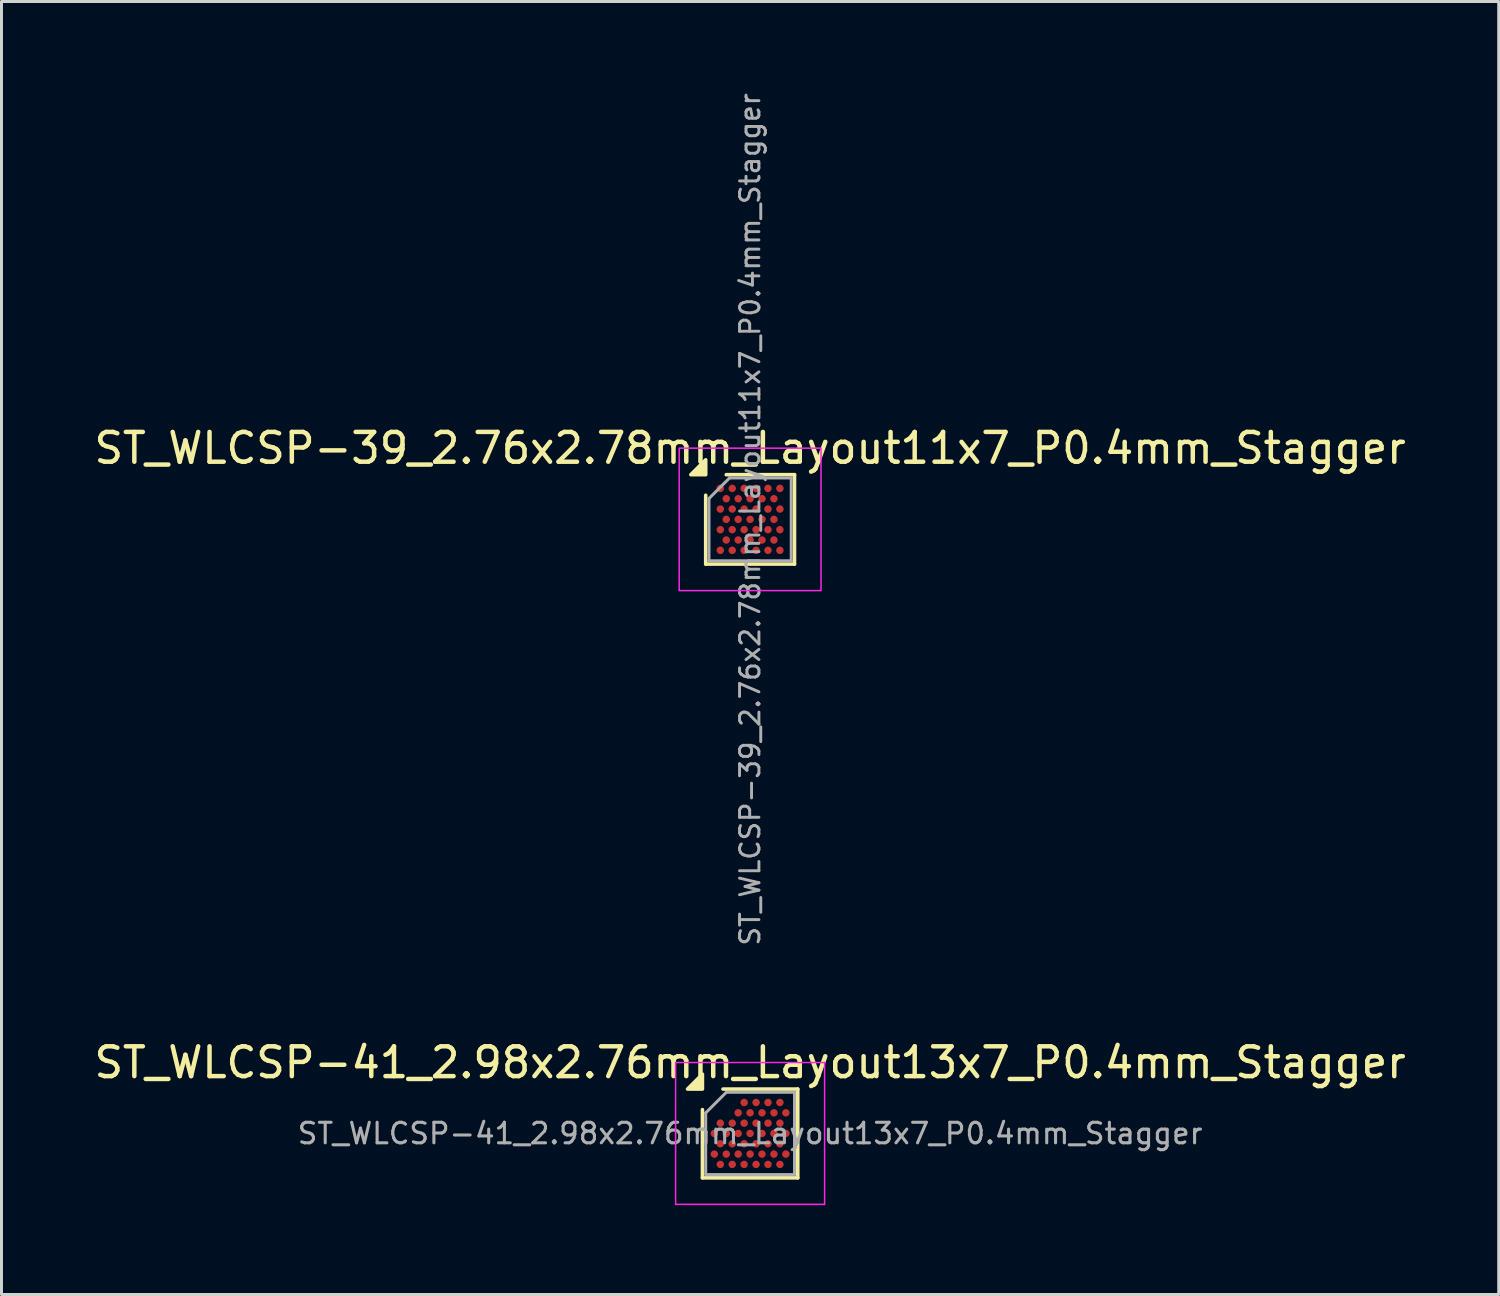
<source format=kicad_pcb>
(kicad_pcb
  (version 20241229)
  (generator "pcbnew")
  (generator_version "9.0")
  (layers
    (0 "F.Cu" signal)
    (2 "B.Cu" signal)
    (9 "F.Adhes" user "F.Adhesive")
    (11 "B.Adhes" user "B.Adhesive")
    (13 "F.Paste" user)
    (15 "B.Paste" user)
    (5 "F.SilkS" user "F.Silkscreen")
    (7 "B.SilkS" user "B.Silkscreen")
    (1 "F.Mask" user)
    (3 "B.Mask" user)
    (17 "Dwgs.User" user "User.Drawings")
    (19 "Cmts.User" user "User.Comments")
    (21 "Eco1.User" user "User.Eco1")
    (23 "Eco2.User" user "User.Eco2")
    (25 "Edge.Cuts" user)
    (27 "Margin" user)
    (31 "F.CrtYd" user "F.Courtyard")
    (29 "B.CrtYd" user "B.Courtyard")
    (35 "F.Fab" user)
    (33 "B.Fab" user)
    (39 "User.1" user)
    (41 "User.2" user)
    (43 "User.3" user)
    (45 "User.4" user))
  (footprint "ST_WLCSP-39_2.76x2.78mm_Layout11x7_P0.4mm_Stagger"
    (layer "F.Cu")
    (at 22.125 14.381)
    (property "Reference" "ST_WLCSP-39_2.76x2.78mm_Layout11x7_P0.4mm_Stagger" (at 0 -2.39 0) (layer "F.SilkS") (effects (font (size 1 1) (thickness 0.15))))
    (attr smd)
    (fp_line (start -1.49 1.5) (end -1.49 -0.81) (stroke (width 0.12) (type solid)) (layer "F.SilkS"))
    (fp_line (start -0.8 -1.5) (end 1.49 -1.5) (stroke (width 0.12) (type solid)) (layer "F.SilkS"))
    (fp_line (start 1.49 -1.5) (end 1.49 1.5) (stroke (width 0.12) (type solid)) (layer "F.SilkS"))
    (fp_line (start 1.49 1.5) (end -1.49 1.5) (stroke (width 0.12) (type solid)) (layer "F.SilkS"))
    (fp_poly (pts (xy -1.49 -1.5) (xy -1.99 -1.5) (xy -1.49 -2)) (stroke (width 0.12) (type solid)) (fill yes) (layer "F.SilkS"))
    (fp_rect (start -2.38 -2.39) (end 2.38 2.39) (stroke (width 0.05) (type solid)) (fill no) (layer "F.CrtYd"))
    (fp_line (start -1.38 -0.7) (end -0.69 -1.39) (stroke (width 0.1) (type solid)) (layer "F.Fab"))
    (fp_line (start -1.38 1.39) (end -1.38 -0.7) (stroke (width 0.1) (type solid)) (layer "F.Fab"))
    (fp_line (start -0.69 -1.39) (end 1.38 -1.39) (stroke (width 0.1) (type solid)) (layer "F.Fab"))
    (fp_line (start 1.38 -1.39) (end 1.38 1.39) (stroke (width 0.1) (type solid)) (layer "F.Fab"))
    (fp_line (start 1.38 1.39) (end -1.38 1.39) (stroke (width 0.1) (type solid)) (layer "F.Fab"))
    (fp_text user "${REFERENCE}" (at 0 0 270) (layer "F.Fab") (effects (font (size 0.65 0.65) (thickness 0.098))))
    (pad "A1" smd circle (at -1 -1.039) (size 0.25 0.25) (property pad_prop_bga) (layers "F.Cu" "F.Mask" "F.Paste"))
    (pad "A3" smd circle (at -0.6 -1.039) (size 0.25 0.25) (property pad_prop_bga) (layers "F.Cu" "F.Mask" "F.Paste"))
    (pad "A5" smd circle (at -0.2 -1.039) (size 0.25 0.25) (property pad_prop_bga) (layers "F.Cu" "F.Mask" "F.Paste"))
    (pad "A7" smd circle (at 0.2 -1.039) (size 0.25 0.25) (property pad_prop_bga) (layers "F.Cu" "F.Mask" "F.Paste"))
    (pad "A9" smd circle (at 0.6 -1.039) (size 0.25 0.25) (property pad_prop_bga) (layers "F.Cu" "F.Mask" "F.Paste"))
    (pad "A11" smd circle (at 1 -1.039) (size 0.25 0.25) (property pad_prop_bga) (layers "F.Cu" "F.Mask" "F.Paste"))
    (pad "B2" smd circle (at -0.8 -0.693) (size 0.25 0.25) (property pad_prop_bga) (layers "F.Cu" "F.Mask" "F.Paste"))
    (pad "B4" smd circle (at -0.4 -0.693) (size 0.25 0.25) (property pad_prop_bga) (layers "F.Cu" "F.Mask" "F.Paste"))
    (pad "B6" smd circle (at 0 -0.693) (size 0.25 0.25) (property pad_prop_bga) (layers "F.Cu" "F.Mask" "F.Paste"))
    (pad "B8" smd circle (at 0.4 -0.693) (size 0.25 0.25) (property pad_prop_bga) (layers "F.Cu" "F.Mask" "F.Paste"))
    (pad "B10" smd circle (at 0.8 -0.693) (size 0.25 0.25) (property pad_prop_bga) (layers "F.Cu" "F.Mask" "F.Paste"))
    (pad "C1" smd circle (at -1 -0.346) (size 0.25 0.25) (property pad_prop_bga) (layers "F.Cu" "F.Mask" "F.Paste"))
    (pad "C3" smd circle (at -0.6 -0.346) (size 0.25 0.25) (property pad_prop_bga) (layers "F.Cu" "F.Mask" "F.Paste"))
    (pad "C5" smd circle (at -0.2 -0.346) (size 0.25 0.25) (property pad_prop_bga) (layers "F.Cu" "F.Mask" "F.Paste"))
    (pad "C7" smd circle (at 0.2 -0.346) (size 0.25 0.25) (property pad_prop_bga) (layers "F.Cu" "F.Mask" "F.Paste"))
    (pad "C9" smd circle (at 0.6 -0.346) (size 0.25 0.25) (property pad_prop_bga) (layers "F.Cu" "F.Mask" "F.Paste"))
    (pad "C11" smd circle (at 1 -0.346) (size 0.25 0.25) (property pad_prop_bga) (layers "F.Cu" "F.Mask" "F.Paste"))
    (pad "D2" smd circle (at -0.8 0) (size 0.25 0.25) (property pad_prop_bga) (layers "F.Cu" "F.Mask" "F.Paste"))
    (pad "D4" smd circle (at -0.4 0) (size 0.25 0.25) (property pad_prop_bga) (layers "F.Cu" "F.Mask" "F.Paste"))
    (pad "D6" smd circle (at 0 0) (size 0.25 0.25) (property pad_prop_bga) (layers "F.Cu" "F.Mask" "F.Paste"))
    (pad "D8" smd circle (at 0.4 0) (size 0.25 0.25) (property pad_prop_bga) (layers "F.Cu" "F.Mask" "F.Paste"))
    (pad "D10" smd circle (at 0.8 0) (size 0.25 0.25) (property pad_prop_bga) (layers "F.Cu" "F.Mask" "F.Paste"))
    (pad "E1" smd circle (at -1 0.346) (size 0.25 0.25) (property pad_prop_bga) (layers "F.Cu" "F.Mask" "F.Paste"))
    (pad "E3" smd circle (at -0.6 0.346) (size 0.25 0.25) (property pad_prop_bga) (layers "F.Cu" "F.Mask" "F.Paste"))
    (pad "E5" smd circle (at -0.2 0.346) (size 0.25 0.25) (property pad_prop_bga) (layers "F.Cu" "F.Mask" "F.Paste"))
    (pad "E7" smd circle (at 0.2 0.346) (size 0.25 0.25) (property pad_prop_bga) (layers "F.Cu" "F.Mask" "F.Paste"))
    (pad "E9" smd circle (at 0.6 0.346) (size 0.25 0.25) (property pad_prop_bga) (layers "F.Cu" "F.Mask" "F.Paste"))
    (pad "E11" smd circle (at 1 0.346) (size 0.25 0.25) (property pad_prop_bga) (layers "F.Cu" "F.Mask" "F.Paste"))
    (pad "F2" smd circle (at -0.8 0.693) (size 0.25 0.25) (property pad_prop_bga) (layers "F.Cu" "F.Mask" "F.Paste"))
    (pad "F4" smd circle (at -0.4 0.693) (size 0.25 0.25) (property pad_prop_bga) (layers "F.Cu" "F.Mask" "F.Paste"))
    (pad "F6" smd circle (at 0 0.693) (size 0.25 0.25) (property pad_prop_bga) (layers "F.Cu" "F.Mask" "F.Paste"))
    (pad "F8" smd circle (at 0.4 0.693) (size 0.25 0.25) (property pad_prop_bga) (layers "F.Cu" "F.Mask" "F.Paste"))
    (pad "F10" smd circle (at 0.8 0.693) (size 0.25 0.25) (property pad_prop_bga) (layers "F.Cu" "F.Mask" "F.Paste"))
    (pad "G1" smd circle (at -1 1.039) (size 0.25 0.25) (property pad_prop_bga) (layers "F.Cu" "F.Mask" "F.Paste"))
    (pad "G3" smd circle (at -0.6 1.039) (size 0.25 0.25) (property pad_prop_bga) (layers "F.Cu" "F.Mask" "F.Paste"))
    (pad "G5" smd circle (at -0.2 1.039) (size 0.25 0.25) (property pad_prop_bga) (layers "F.Cu" "F.Mask" "F.Paste"))
    (pad "G7" smd circle (at 0.2 1.039) (size 0.25 0.25) (property pad_prop_bga) (layers "F.Cu" "F.Mask" "F.Paste"))
    (pad "G9" smd circle (at 0.6 1.039) (size 0.25 0.25) (property pad_prop_bga) (layers "F.Cu" "F.Mask" "F.Paste"))
    (pad "G11" smd circle (at 1 1.039) (size 0.25 0.25) (property pad_prop_bga) (layers "F.Cu" "F.Mask" "F.Paste")))
  (footprint "ST_WLCSP-41_2.98x2.76mm_Layout13x7_P0.4mm_Stagger"
    (layer "F.Cu")
    (at 22.125 34.991)
    (property "Reference" "ST_WLCSP-41_2.98x2.76mm_Layout13x7_P0.4mm_Stagger" (at 0 -2.38 0) (layer "F.SilkS") (effects (font (size 1 1) (thickness 0.15))))
    (attr smd)
    (fp_line (start -1.6 1.49) (end -1.6 -0.8) (stroke (width 0.12) (type solid)) (layer "F.SilkS"))
    (fp_line (start -0.91 -1.49) (end 1.6 -1.49) (stroke (width 0.12) (type solid)) (layer "F.SilkS"))
    (fp_line (start 1.6 -1.49) (end 1.6 1.49) (stroke (width 0.12) (type solid)) (layer "F.SilkS"))
    (fp_line (start 1.6 1.49) (end -1.6 1.49) (stroke (width 0.12) (type solid)) (layer "F.SilkS"))
    (fp_poly (pts (xy -1.6 -1.49) (xy -2.1 -1.49) (xy -1.6 -1.99) (xy -1.6 -1.49)) (stroke (width 0.12) (type solid)) (fill yes) (layer "F.SilkS"))
    (fp_line (start -2.5 -2.38) (end -2.5 2.38) (stroke (width 0.05) (type solid)) (layer "F.CrtYd"))
    (fp_line (start -2.5 2.38) (end 2.5 2.38) (stroke (width 0.05) (type solid)) (layer "F.CrtYd"))
    (fp_line (start 2.5 -2.38) (end -2.5 -2.38) (stroke (width 0.05) (type solid)) (layer "F.CrtYd"))
    (fp_line (start 2.5 2.38) (end 2.5 -2.38) (stroke (width 0.05) (type solid)) (layer "F.CrtYd"))
    (fp_line (start -1.49 -0.69) (end -0.8 -1.38) (stroke (width 0.1) (type solid)) (layer "F.Fab"))
    (fp_line (start -1.49 1.38) (end -1.49 -0.69) (stroke (width 0.1) (type solid)) (layer "F.Fab"))
    (fp_line (start -0.8 -1.38) (end 1.49 -1.38) (stroke (width 0.1) (type solid)) (layer "F.Fab"))
    (fp_line (start 1.49 -1.38) (end 1.49 1.38) (stroke (width 0.1) (type solid)) (layer "F.Fab"))
    (fp_line (start 1.49 1.38) (end -1.49 1.38) (stroke (width 0.1) (type solid)) (layer "F.Fab"))
    (fp_text user "${REFERENCE}" (at 0 0 0) (layer "F.Fab") (effects (font (size 0.69 0.69) (thickness 0.103))))
    (pad "A6" smd circle (at -0.2 -1.039) (size 0.25 0.25) (property pad_prop_bga) (layers "F.Cu" "F.Mask" "F.Paste"))
    (pad "A8" smd circle (at 0.2 -1.039) (size 0.25 0.25) (property pad_prop_bga) (layers "F.Cu" "F.Mask" "F.Paste"))
    (pad "A10" smd circle (at 0.6 -1.039) (size 0.25 0.25) (property pad_prop_bga) (layers "F.Cu" "F.Mask" "F.Paste"))
    (pad "A12" smd circle (at 1 -1.039) (size 0.25 0.25) (property pad_prop_bga) (layers "F.Cu" "F.Mask" "F.Paste"))
    (pad "B5" smd circle (at -0.4 -0.693) (size 0.25 0.25) (property pad_prop_bga) (layers "F.Cu" "F.Mask" "F.Paste"))
    (pad "B7" smd circle (at 0 -0.693) (size 0.25 0.25) (property pad_prop_bga) (layers "F.Cu" "F.Mask" "F.Paste"))
    (pad "B9" smd circle (at 0.4 -0.693) (size 0.25 0.25) (property pad_prop_bga) (layers "F.Cu" "F.Mask" "F.Paste"))
    (pad "B11" smd circle (at 0.8 -0.693) (size 0.25 0.25) (property pad_prop_bga) (layers "F.Cu" "F.Mask" "F.Paste"))
    (pad "B13" smd circle (at 1.2 -0.693) (size 0.25 0.25) (property pad_prop_bga) (layers "F.Cu" "F.Mask" "F.Paste"))
    (pad "C2" smd circle (at -1 -0.346) (size 0.25 0.25) (property pad_prop_bga) (layers "F.Cu" "F.Mask" "F.Paste"))
    (pad "C4" smd circle (at -0.6 -0.346) (size 0.25 0.25) (property pad_prop_bga) (layers "F.Cu" "F.Mask" "F.Paste"))
    (pad "C6" smd circle (at -0.2 -0.346) (size 0.25 0.25) (property pad_prop_bga) (layers "F.Cu" "F.Mask" "F.Paste"))
    (pad "C8" smd circle (at 0.2 -0.346) (size 0.25 0.25) (property pad_prop_bga) (layers "F.Cu" "F.Mask" "F.Paste"))
    (pad "C10" smd circle (at 0.6 -0.346) (size 0.25 0.25) (property pad_prop_bga) (layers "F.Cu" "F.Mask" "F.Paste"))
    (pad "C12" smd circle (at 1 -0.346) (size 0.25 0.25) (property pad_prop_bga) (layers "F.Cu" "F.Mask" "F.Paste"))
    (pad "D1" smd circle (at -1.2 0) (size 0.25 0.25) (property pad_prop_bga) (layers "F.Cu" "F.Mask" "F.Paste"))
    (pad "D3" smd circle (at -0.8 0) (size 0.25 0.25) (property pad_prop_bga) (layers "F.Cu" "F.Mask" "F.Paste"))
    (pad "D5" smd circle (at -0.4 0) (size 0.25 0.25) (property pad_prop_bga) (layers "F.Cu" "F.Mask" "F.Paste"))
    (pad "D7" smd circle (at 0 0) (size 0.25 0.25) (property pad_prop_bga) (layers "F.Cu" "F.Mask" "F.Paste"))
    (pad "D9" smd circle (at 0.4 0) (size 0.25 0.25) (property pad_prop_bga) (layers "F.Cu" "F.Mask" "F.Paste"))
    (pad "D11" smd circle (at 0.8 0) (size 0.25 0.25) (property pad_prop_bga) (layers "F.Cu" "F.Mask" "F.Paste"))
    (pad "D13" smd circle (at 1.2 0) (size 0.25 0.25) (property pad_prop_bga) (layers "F.Cu" "F.Mask" "F.Paste"))
    (pad "E2" smd circle (at -1 0.346) (size 0.25 0.25) (property pad_prop_bga) (layers "F.Cu" "F.Mask" "F.Paste"))
    (pad "E4" smd circle (at -0.6 0.346) (size 0.25 0.25) (property pad_prop_bga) (layers "F.Cu" "F.Mask" "F.Paste"))
    (pad "E6" smd circle (at -0.2 0.346) (size 0.25 0.25) (property pad_prop_bga) (layers "F.Cu" "F.Mask" "F.Paste"))
    (pad "E8" smd circle (at 0.2 0.346) (size 0.25 0.25) (property pad_prop_bga) (layers "F.Cu" "F.Mask" "F.Paste"))
    (pad "E10" smd circle (at 0.6 0.346) (size 0.25 0.25) (property pad_prop_bga) (layers "F.Cu" "F.Mask" "F.Paste"))
    (pad "E12" smd circle (at 1 0.346) (size 0.25 0.25) (property pad_prop_bga) (layers "F.Cu" "F.Mask" "F.Paste"))
    (pad "F1" smd circle (at -1.2 0.693) (size 0.25 0.25) (property pad_prop_bga) (layers "F.Cu" "F.Mask" "F.Paste"))
    (pad "F3" smd circle (at -0.8 0.693) (size 0.25 0.25) (property pad_prop_bga) (layers "F.Cu" "F.Mask" "F.Paste"))
    (pad "F5" smd circle (at -0.4 0.693) (size 0.25 0.25) (property pad_prop_bga) (layers "F.Cu" "F.Mask" "F.Paste"))
    (pad "F7" smd circle (at 0 0.693) (size 0.25 0.25) (property pad_prop_bga) (layers "F.Cu" "F.Mask" "F.Paste"))
    (pad "F9" smd circle (at 0.4 0.693) (size 0.25 0.25) (property pad_prop_bga) (layers "F.Cu" "F.Mask" "F.Paste"))
    (pad "F11" smd circle (at 0.8 0.693) (size 0.25 0.25) (property pad_prop_bga) (layers "F.Cu" "F.Mask" "F.Paste"))
    (pad "F13" smd circle (at 1.2 0.693) (size 0.25 0.25) (property pad_prop_bga) (layers "F.Cu" "F.Mask" "F.Paste"))
    (pad "G2" smd circle (at -1 1.039) (size 0.25 0.25) (property pad_prop_bga) (layers "F.Cu" "F.Mask" "F.Paste"))
    (pad "G4" smd circle (at -0.6 1.039) (size 0.25 0.25) (property pad_prop_bga) (layers "F.Cu" "F.Mask" "F.Paste"))
    (pad "G6" smd circle (at -0.2 1.039) (size 0.25 0.25) (property pad_prop_bga) (layers "F.Cu" "F.Mask" "F.Paste"))
    (pad "G8" smd circle (at 0.2 1.039) (size 0.25 0.25) (property pad_prop_bga) (layers "F.Cu" "F.Mask" "F.Paste"))
    (pad "G10" smd circle (at 0.6 1.039) (size 0.25 0.25) (property pad_prop_bga) (layers "F.Cu" "F.Mask" "F.Paste"))
    (pad "G12" smd circle (at 1 1.039) (size 0.25 0.25) (property pad_prop_bga) (layers "F.Cu" "F.Mask" "F.Paste")))
  (gr_rect
    (start -3 -3)
    (end 47.25 40.396)
    (stroke (width 0.1) (type default))
    (fill no)
    (layer "Edge.Cuts")))
</source>
